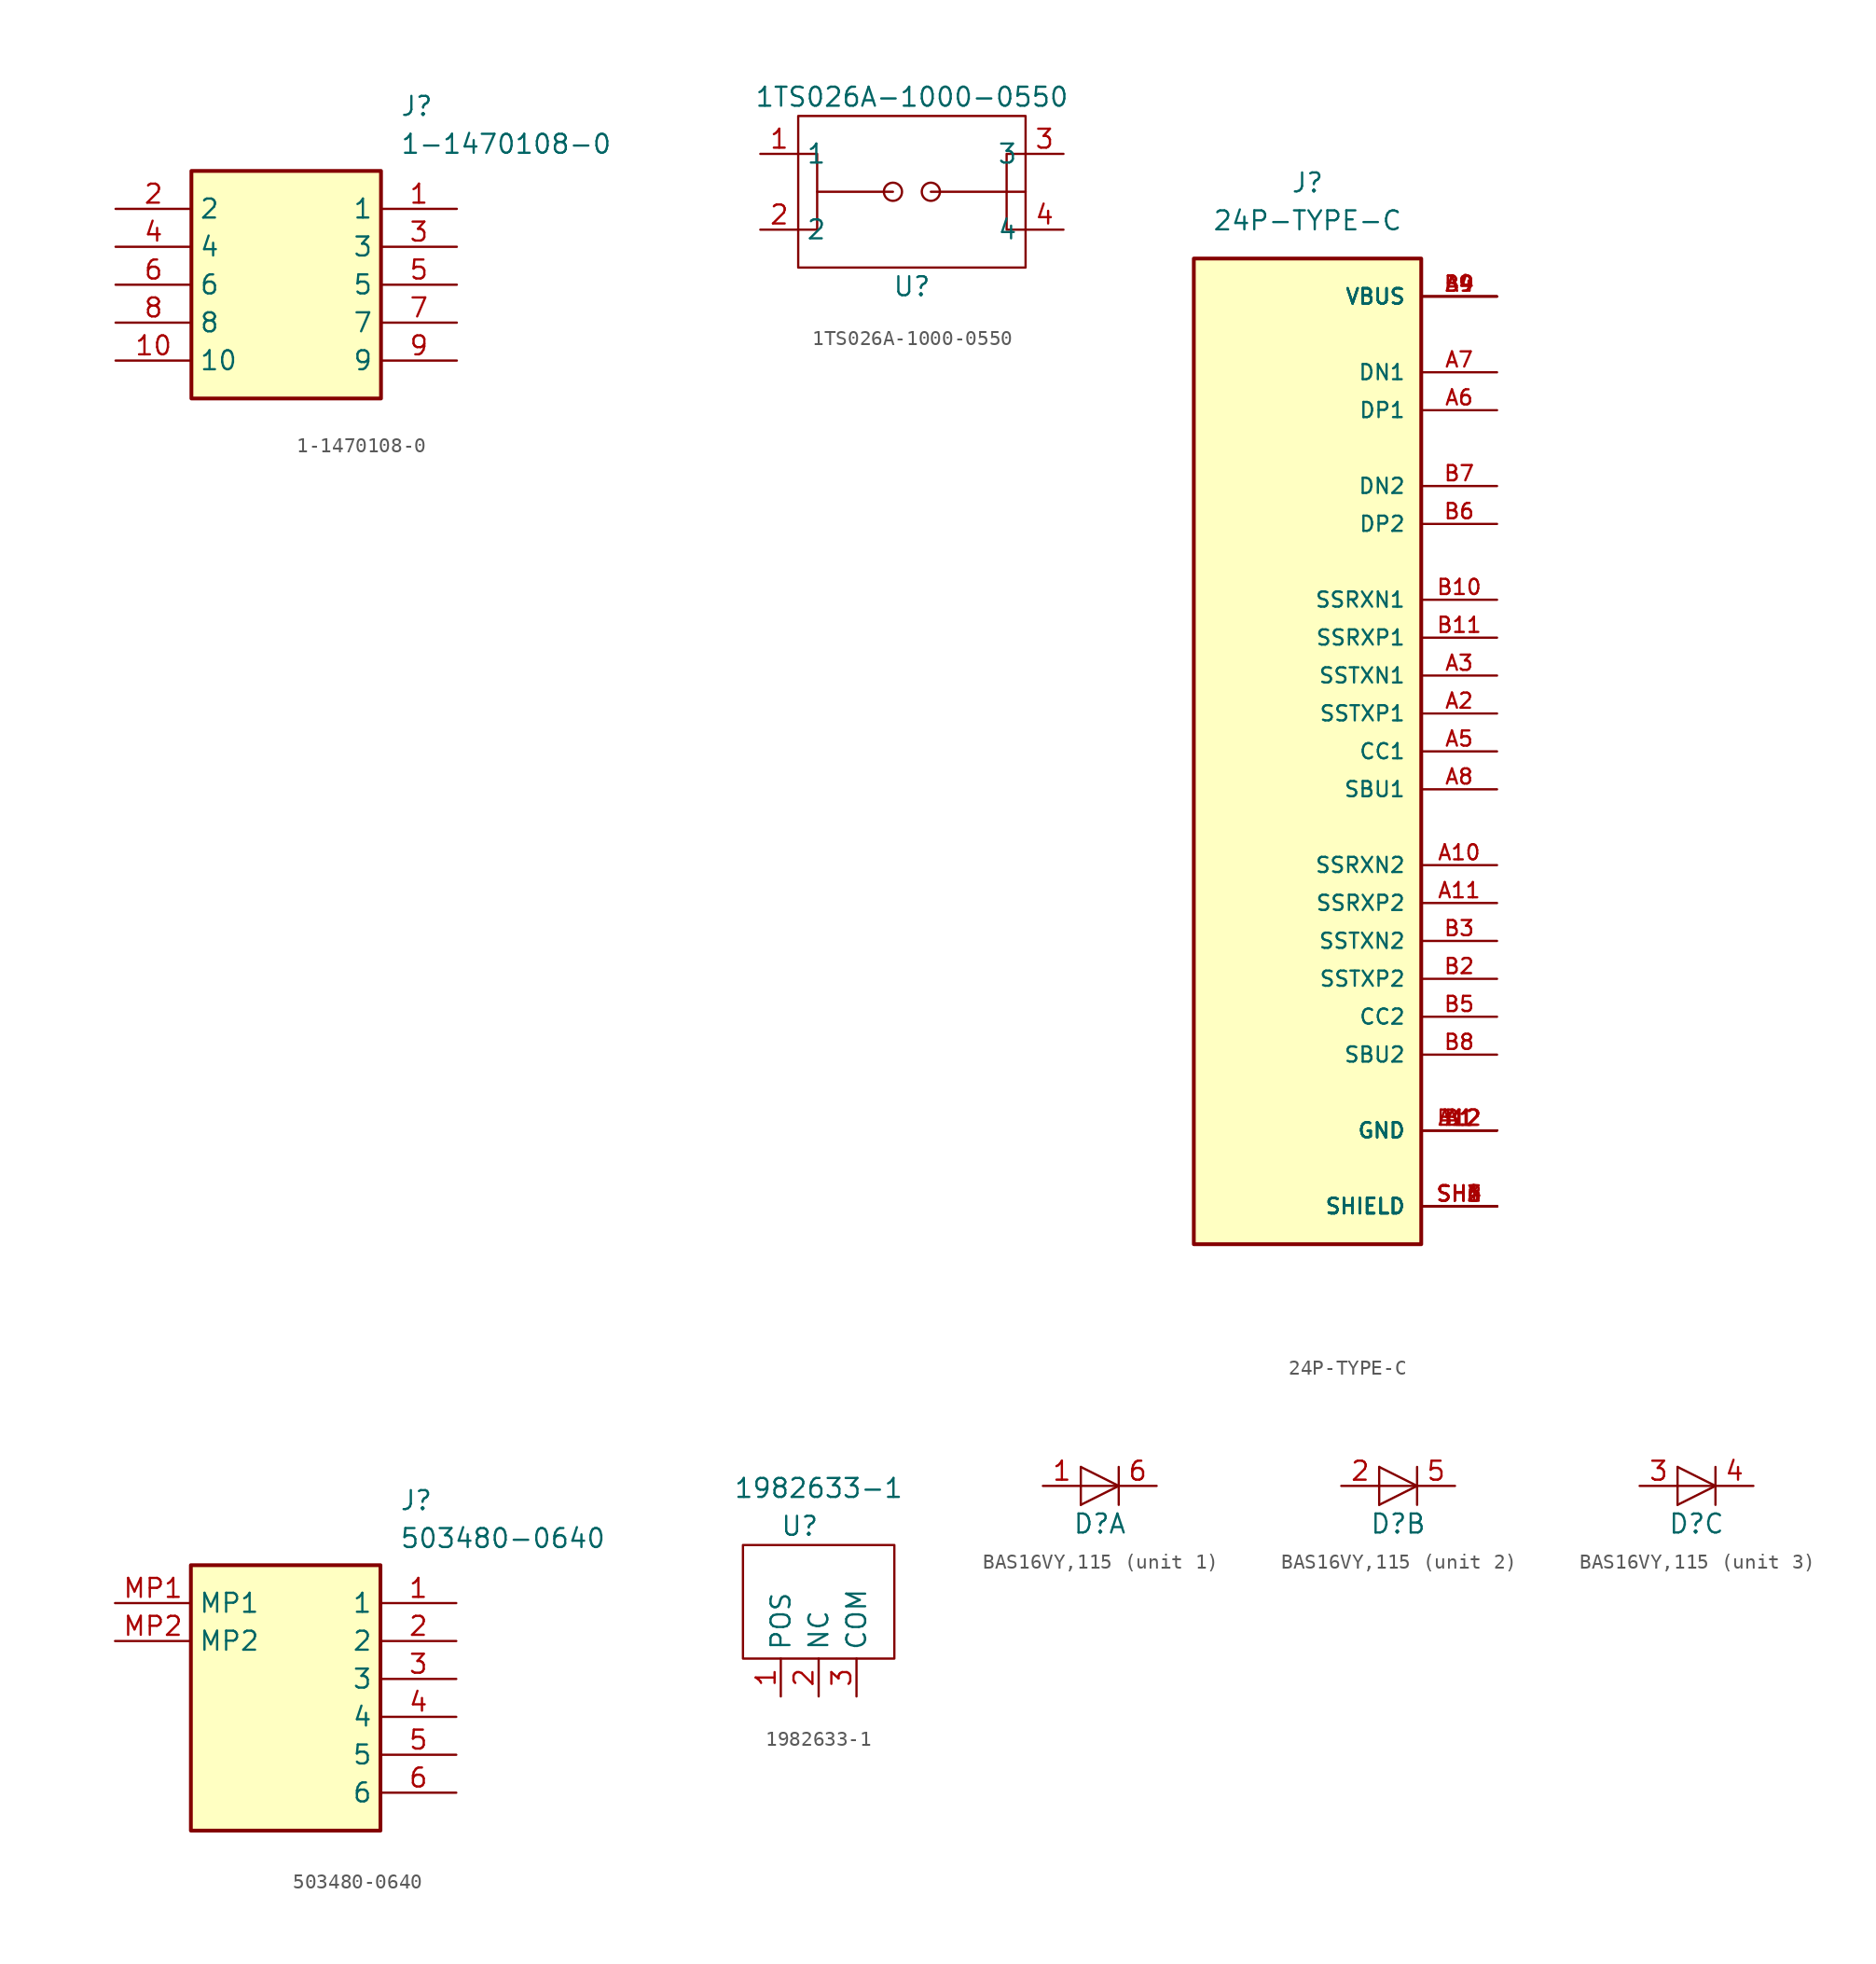
<source format=kicad_sym>
(kicad_symbol_lib
  (version 20231120)
  (generator "kicad_symbol_editor")
  (generator_version "8.0")
  (symbol "1-1470108-0"
    (property "Reference" "J"
      (at 19.05 7.62 0)
      (effects (font (size 1.27 1.27)) (justify left top)))
    (property "Value" "1-1470108-0"
      (at 19.05 5.08 0)
      (effects (font (size 1.27 1.27)) (justify left top)))
    (symbol "1-1470108-0_1_1"
      (rectangle (start 5.08 2.54) (end 17.78 -12.7) (stroke (width 0.254) (type default)) (fill (type background)))
      (pin passive line (at 22.86 0 180) (length 5.08) (name "1" (effects (font (size 1.27 1.27)))) (number "1" (effects (font (size 1.27 1.27)))))
      (pin passive line (at 0 -10.16 0) (length 5.08) (name "10" (effects (font (size 1.27 1.27)))) (number "10" (effects (font (size 1.27 1.27)))))
      (pin passive line (at 0 0 0) (length 5.08) (name "2" (effects (font (size 1.27 1.27)))) (number "2" (effects (font (size 1.27 1.27)))))
      (pin passive line (at 22.86 -2.54 180) (length 5.08) (name "3" (effects (font (size 1.27 1.27)))) (number "3" (effects (font (size 1.27 1.27)))))
      (pin passive line (at 0 -2.54 0) (length 5.08) (name "4" (effects (font (size 1.27 1.27)))) (number "4" (effects (font (size 1.27 1.27)))))
      (pin passive line (at 22.86 -5.08 180) (length 5.08) (name "5" (effects (font (size 1.27 1.27)))) (number "5" (effects (font (size 1.27 1.27)))))
      (pin passive line (at 0 -5.08 0) (length 5.08) (name "6" (effects (font (size 1.27 1.27)))) (number "6" (effects (font (size 1.27 1.27)))))
      (pin passive line (at 22.86 -7.62 180) (length 5.08) (name "7" (effects (font (size 1.27 1.27)))) (number "7" (effects (font (size 1.27 1.27)))))
      (pin passive line (at 0 -7.62 0) (length 5.08) (name "8" (effects (font (size 1.27 1.27)))) (number "8" (effects (font (size 1.27 1.27)))))
      (pin passive line (at 22.86 -10.16 180) (length 5.08) (name "9" (effects (font (size 1.27 1.27)))) (number "9" (effects (font (size 1.27 1.27)))))))
  (symbol "1TS026A-1000-0550"
    (property "Reference" "U"
      (at 0 -6.35 0)
      (effects (font (size 1.27 1.27))))
    (property "Value" "1TS026A-1000-0550"
      (at 0 6.35 0)
      (effects (font (size 1.27 1.27))))
    (symbol "1TS026A-1000-0550_0_1"
      (rectangle (start -7.62 5.08) (end 7.62 -5.08) (stroke (width 0) (type default)) (fill (type none)))
      (circle (center -1.27 0) (radius 0.609) (stroke (width 0) (type default)) (fill (type none)))
      (polyline (pts (xy -6.35 0) (xy -1.27 0)) (stroke (width 0) (type default)) (fill (type none)))
      (polyline (pts (xy 1.27 0) (xy 7.62 0)) (stroke (width 0) (type default)) (fill (type none)))
      (polyline (pts (xy -7.62 2.54) (xy -6.35 2.54) (xy -6.35 0) (xy -6.35 -2.54) (xy -7.62 -2.54)) (stroke (width 0) (type default)) (fill (type none)))
      (polyline (pts (xy 7.62 2.54) (xy 6.35 2.54) (xy 6.35 0) (xy 6.35 -2.54) (xy 7.62 -2.54)) (stroke (width 0) (type default)) (fill (type none)))
      (circle (center 1.27 0) (radius 0.609) (stroke (width 0) (type default)) (fill (type none))))
    (symbol "1TS026A-1000-0550_1_1"
      (pin input line (at -10.16 2.54 0) (length 2.54) (name "1" (effects (font (size 1.27 1.27)))) (number "1" (effects (font (size 1.27 1.27)))))
      (pin input line (at -10.16 -2.54 0) (length 2.54) (name "2" (effects (font (size 1.27 1.27)))) (number "2" (effects (font (size 1.27 1.27)))))
      (pin input line (at 10.16 2.54 180) (length 2.54) (name "3" (effects (font (size 1.27 1.27)))) (number "3" (effects (font (size 1.27 1.27)))))
      (pin input line (at 10.16 -2.54 180) (length 2.54) (name "4" (effects (font (size 1.27 1.27)))) (number "4" (effects (font (size 1.27 1.27)))))))
  (symbol "24P-TYPE-C"
    (pin_names
      (offset 1.016))
    (property "Reference" "J"
      (at 0 38.1 0)
      (effects (font (size 1.27 1.27))))
    (property "Value" "24P-TYPE-C"
      (at 0 35.56 0)
      (effects (font (size 1.27 1.27))))
    (symbol "24P-TYPE-C_0_0"
      (rectangle (start -7.62 -33.02) (end 7.62 33.02) (stroke (width 0.254) (type default)) (fill (type background)))
      (pin power_in line (at 12.7 -25.4 180) (length 5.08) (name "GND" (effects (font (size 1.016 1.016)))) (number "A1" (effects (font (size 1.016 1.016)))))
      (pin bidirectional line (at 12.7 -7.62 180) (length 5.08) (name "SSRXN2" (effects (font (size 1.016 1.016)))) (number "A10" (effects (font (size 1.016 1.016)))))
      (pin bidirectional line (at 12.7 -10.16 180) (length 5.08) (name "SSRXP2" (effects (font (size 1.016 1.016)))) (number "A11" (effects (font (size 1.016 1.016)))))
      (pin power_in line (at 12.7 -25.4 180) (length 5.08) (name "GND" (effects (font (size 1.016 1.016)))) (number "A12" (effects (font (size 1.016 1.016)))))
      (pin bidirectional line (at 12.7 2.54 180) (length 5.08) (name "SSTXP1" (effects (font (size 1.016 1.016)))) (number "A2" (effects (font (size 1.016 1.016)))))
      (pin bidirectional line (at 12.7 5.08 180) (length 5.08) (name "SSTXN1" (effects (font (size 1.016 1.016)))) (number "A3" (effects (font (size 1.016 1.016)))))
      (pin power_in line (at 12.7 30.48 180) (length 5.08) (name "VBUS" (effects (font (size 1.016 1.016)))) (number "A4" (effects (font (size 1.016 1.016)))))
      (pin bidirectional line (at 12.7 0 180) (length 5.08) (name "CC1" (effects (font (size 1.016 1.016)))) (number "A5" (effects (font (size 1.016 1.016)))))
      (pin bidirectional line (at 12.7 22.86 180) (length 5.08) (name "DP1" (effects (font (size 1.016 1.016)))) (number "A6" (effects (font (size 1.016 1.016)))))
      (pin bidirectional line (at 12.7 25.4 180) (length 5.08) (name "DN1" (effects (font (size 1.016 1.016)))) (number "A7" (effects (font (size 1.016 1.016)))))
      (pin bidirectional line (at 12.7 -2.54 180) (length 5.08) (name "SBU1" (effects (font (size 1.016 1.016)))) (number "A8" (effects (font (size 1.016 1.016)))))
      (pin power_in line (at 12.7 30.48 180) (length 5.08) (name "VBUS" (effects (font (size 1.016 1.016)))) (number "A9" (effects (font (size 1.016 1.016)))))
      (pin power_in line (at 12.7 -25.4 180) (length 5.08) (name "GND" (effects (font (size 1.016 1.016)))) (number "B1" (effects (font (size 1.016 1.016)))))
      (pin bidirectional line (at 12.7 10.16 180) (length 5.08) (name "SSRXN1" (effects (font (size 1.016 1.016)))) (number "B10" (effects (font (size 1.016 1.016)))))
      (pin bidirectional line (at 12.7 7.62 180) (length 5.08) (name "SSRXP1" (effects (font (size 1.016 1.016)))) (number "B11" (effects (font (size 1.016 1.016)))))
      (pin power_in line (at 12.7 -25.4 180) (length 5.08) (name "GND" (effects (font (size 1.016 1.016)))) (number "B12" (effects (font (size 1.016 1.016)))))
      (pin bidirectional line (at 12.7 -15.24 180) (length 5.08) (name "SSTXP2" (effects (font (size 1.016 1.016)))) (number "B2" (effects (font (size 1.016 1.016)))))
      (pin bidirectional line (at 12.7 -12.7 180) (length 5.08) (name "SSTXN2" (effects (font (size 1.016 1.016)))) (number "B3" (effects (font (size 1.016 1.016)))))
      (pin power_in line (at 12.7 30.48 180) (length 5.08) (name "VBUS" (effects (font (size 1.016 1.016)))) (number "B4" (effects (font (size 1.016 1.016)))))
      (pin bidirectional line (at 12.7 -17.78 180) (length 5.08) (name "CC2" (effects (font (size 1.016 1.016)))) (number "B5" (effects (font (size 1.016 1.016)))))
      (pin bidirectional line (at 12.7 15.24 180) (length 5.08) (name "DP2" (effects (font (size 1.016 1.016)))) (number "B6" (effects (font (size 1.016 1.016)))))
      (pin bidirectional line (at 12.7 17.78 180) (length 5.08) (name "DN2" (effects (font (size 1.016 1.016)))) (number "B7" (effects (font (size 1.016 1.016)))))
      (pin bidirectional line (at 12.7 -20.32 180) (length 5.08) (name "SBU2" (effects (font (size 1.016 1.016)))) (number "B8" (effects (font (size 1.016 1.016)))))
      (pin power_in line (at 12.7 30.48 180) (length 5.08) (name "VBUS" (effects (font (size 1.016 1.016)))) (number "B9" (effects (font (size 1.016 1.016)))))
      (pin power_in line (at 12.7 -30.48 180) (length 5.08) (name "SHIELD" (effects (font (size 1.016 1.016)))) (number "SH1" (effects (font (size 1.016 1.016)))))
      (pin power_in line (at 12.7 -30.48 180) (length 5.08) (name "SHIELD" (effects (font (size 1.016 1.016)))) (number "SH2" (effects (font (size 1.016 1.016)))))
      (pin power_in line (at 12.7 -30.48 180) (length 5.08) (name "SHIELD" (effects (font (size 1.016 1.016)))) (number "SH3" (effects (font (size 1.016 1.016)))))
      (pin power_in line (at 12.7 -30.48 180) (length 5.08) (name "SHIELD" (effects (font (size 1.016 1.016)))) (number "SH4" (effects (font (size 1.016 1.016)))))
      (pin power_in line (at 12.7 -30.48 180) (length 5.08) (name "SHIELD" (effects (font (size 1.016 1.016)))) (number "SH5" (effects (font (size 1.016 1.016)))))
      (pin power_in line (at 12.7 -30.48 180) (length 5.08) (name "SHIELD" (effects (font (size 1.016 1.016)))) (number "SH6" (effects (font (size 1.016 1.016)))))))
  (symbol "503480-0640"
    (property "Reference" "J"
      (at 19.05 7.62 0)
      (effects (font (size 1.27 1.27)) (justify left top)))
    (property "Value" "503480-0640"
      (at 19.05 5.08 0)
      (effects (font (size 1.27 1.27)) (justify left top)))
    (symbol "503480-0640_1_1"
      (rectangle (start 5.08 2.54) (end 17.78 -15.24) (stroke (width 0.254) (type default)) (fill (type background)))
      (pin passive line (at 22.86 0 180) (length 5.08) (name "1" (effects (font (size 1.27 1.27)))) (number "1" (effects (font (size 1.27 1.27)))))
      (pin passive line (at 22.86 -2.54 180) (length 5.08) (name "2" (effects (font (size 1.27 1.27)))) (number "2" (effects (font (size 1.27 1.27)))))
      (pin passive line (at 22.86 -5.08 180) (length 5.08) (name "3" (effects (font (size 1.27 1.27)))) (number "3" (effects (font (size 1.27 1.27)))))
      (pin passive line (at 22.86 -7.62 180) (length 5.08) (name "4" (effects (font (size 1.27 1.27)))) (number "4" (effects (font (size 1.27 1.27)))))
      (pin passive line (at 22.86 -10.16 180) (length 5.08) (name "5" (effects (font (size 1.27 1.27)))) (number "5" (effects (font (size 1.27 1.27)))))
      (pin passive line (at 22.86 -12.7 180) (length 5.08) (name "6" (effects (font (size 1.27 1.27)))) (number "6" (effects (font (size 1.27 1.27)))))
      (pin passive line (at 0 0 0) (length 5.08) (name "MP1" (effects (font (size 1.27 1.27)))) (number "MP1" (effects (font (size 1.27 1.27)))))
      (pin passive line (at 0 -2.54 0) (length 5.08) (name "MP2" (effects (font (size 1.27 1.27)))) (number "MP2" (effects (font (size 1.27 1.27)))))))
  (symbol "1982633-1"
    (property "Reference" "U"
      (at -1.27 5.08 0)
      (effects (font (size 1.27 1.27))))
    (property "Value" "1982633-1"
      (at 0 7.62 0)
      (effects (font (size 1.27 1.27))))
    (symbol "1982633-1_0_1"
      (rectangle (start -5.08 3.81) (end 5.08 -3.81) (stroke (width 0) (type default)) (fill (type none))))
    (symbol "1982633-1_1_1"
      (pin input line (at -2.54 -6.35 90) (length 2.54) (name "POS" (effects (font (size 1.27 1.27)))) (number "1" (effects (font (size 1.27 1.27)))))
      (pin input line (at 0 -6.35 90) (length 2.54) (name "NC" (effects (font (size 1.27 1.27)))) (number "2" (effects (font (size 1.27 1.27)))))
      (pin input line (at 2.54 -6.35 90) (length 2.54) (name "COM" (effects (font (size 1.27 1.27)))) (number "3" (effects (font (size 1.27 1.27)))))))
  (symbol "BAS16VY,115"
    (pin_names
      (offset 1.016) hide)
    (property "Reference" "D"
      (at 0 -2.54 0)
      (effects (font (size 1.27 1.27))))
    (symbol "BAS16VY,115_0_1"
      (polyline (pts (xy -1.27 -1.27) (xy -1.27 1.27)) (stroke (width 0) (type default)) (fill (type none)))
      (polyline (pts (xy -1.27 0) (xy 1.27 0)) (stroke (width 0) (type default)) (fill (type none)))
      (polyline (pts (xy 1.27 -1.27) (xy 1.27 1.27)) (stroke (width 0.152) (type default)) (fill (type none)))
      (polyline (pts (xy -1.27 -1.27) (xy 1.27 0) (xy -1.27 1.27)) (stroke (width 0) (type default)) (fill (type none))))
    (symbol "BAS16VY,115_1_1"
      (pin passive line (at -3.81 0 0) (length 2.54) (name "A" (effects (font (size 1.27 1.27)))) (number "1" (effects (font (size 1.27 1.27)))))
      (pin passive line (at 3.81 0 180) (length 2.54) (name "K" (effects (font (size 1.27 1.27)))) (number "6" (effects (font (size 1.27 1.27))))))
    (symbol "BAS16VY,115_2_1"
      (pin passive line (at -3.81 0 0) (length 2.54) (name "A" (effects (font (size 1.27 1.27)))) (number "2" (effects (font (size 1.27 1.27)))))
      (pin passive line (at 3.81 0 180) (length 2.54) (name "K" (effects (font (size 1.27 1.27)))) (number "5" (effects (font (size 1.27 1.27))))))
    (symbol "BAS16VY,115_3_1"
      (pin passive line (at -3.81 0 0) (length 2.54) (name "A" (effects (font (size 1.27 1.27)))) (number "3" (effects (font (size 1.27 1.27)))))
      (pin passive line (at 3.81 0 180) (length 2.54) (name "K" (effects (font (size 1.27 1.27)))) (number "4" (effects (font (size 1.27 1.27))))))))
</source>
